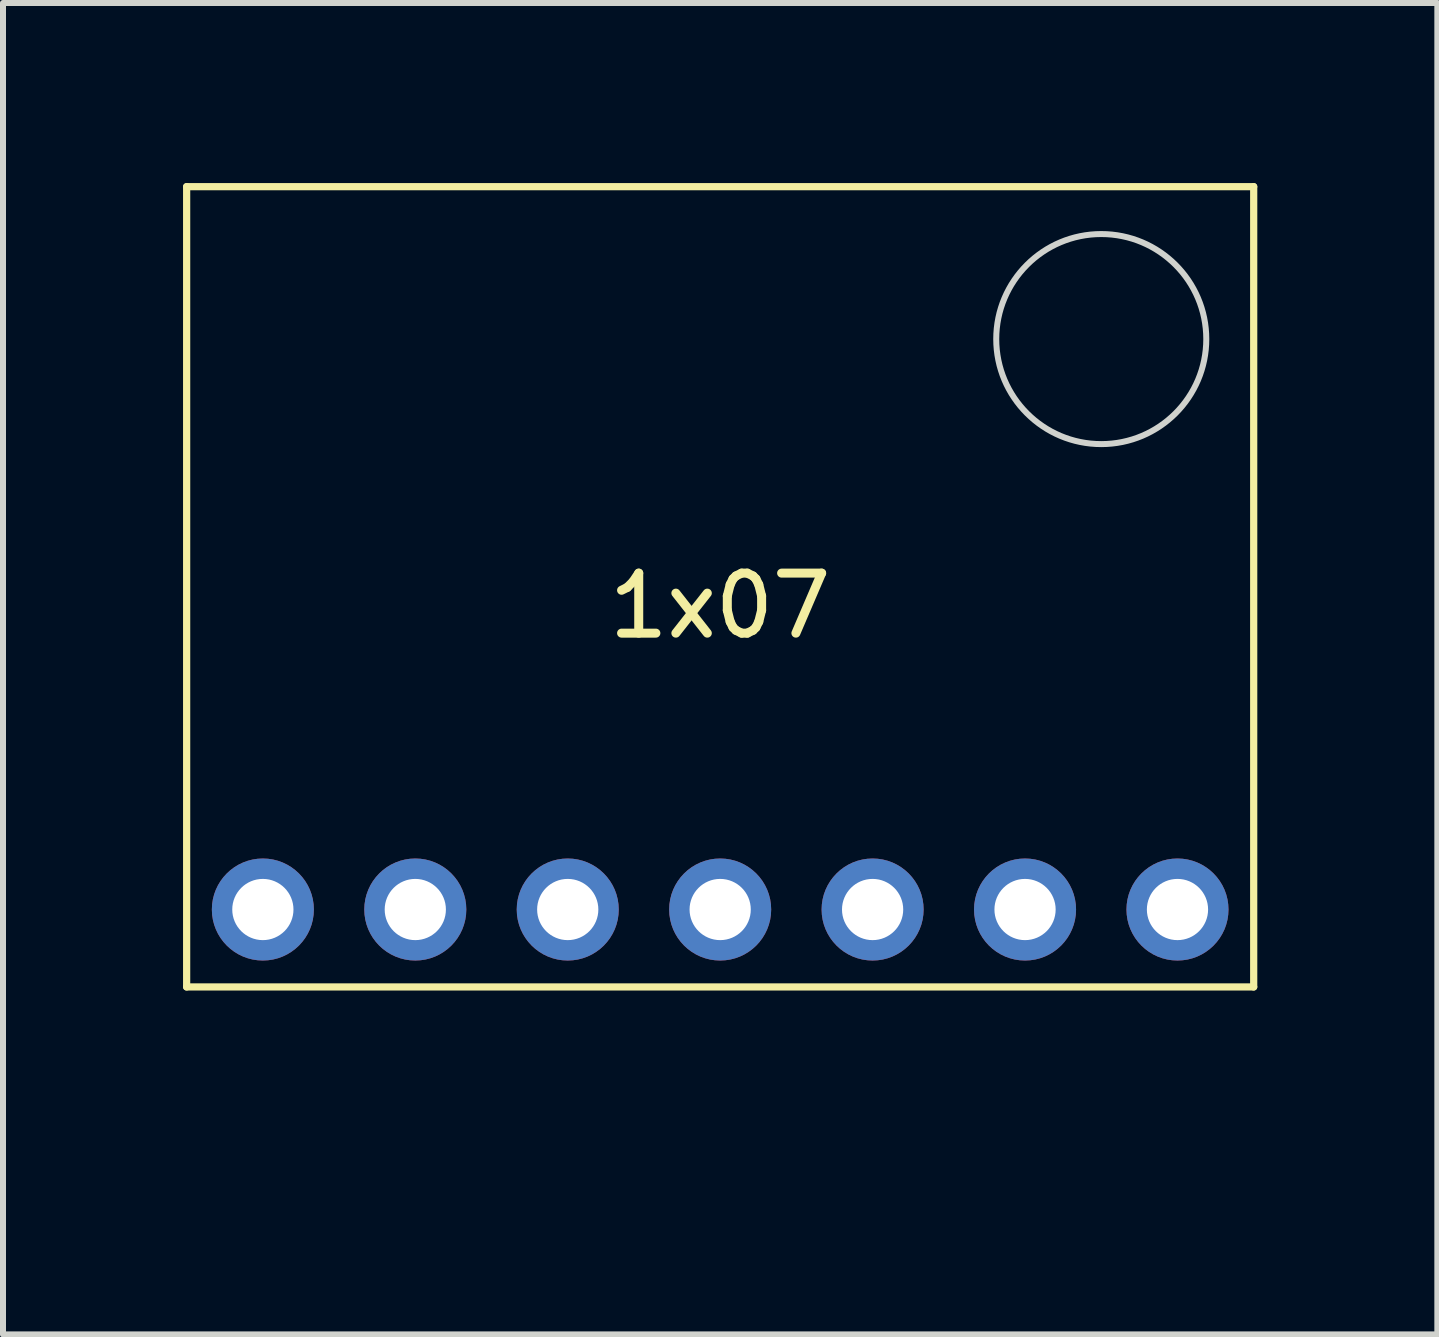
<source format=kicad_pcb>
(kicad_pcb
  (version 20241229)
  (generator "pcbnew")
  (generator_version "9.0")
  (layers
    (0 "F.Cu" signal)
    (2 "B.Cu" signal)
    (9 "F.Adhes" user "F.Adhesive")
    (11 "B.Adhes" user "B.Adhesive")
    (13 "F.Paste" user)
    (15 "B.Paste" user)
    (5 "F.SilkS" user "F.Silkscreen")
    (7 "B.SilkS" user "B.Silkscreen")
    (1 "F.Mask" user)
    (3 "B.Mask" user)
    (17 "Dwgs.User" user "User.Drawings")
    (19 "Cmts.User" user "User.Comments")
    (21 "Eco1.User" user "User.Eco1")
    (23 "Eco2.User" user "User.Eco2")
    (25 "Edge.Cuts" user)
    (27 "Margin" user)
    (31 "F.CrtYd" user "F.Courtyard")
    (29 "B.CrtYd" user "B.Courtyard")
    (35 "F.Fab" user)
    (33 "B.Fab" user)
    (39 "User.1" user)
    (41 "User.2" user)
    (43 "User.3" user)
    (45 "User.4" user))
  (footprint "1x07"
    (layer "F.Cu")
    (at 8.95 15.935)
    (property "Reference" "1x07" (at 0 -8.89 0) (layer "F.SilkS") (effects (font (size 1 1) (thickness 0.15))))
    (attr through_hole)
    (fp_line (start -8.89 -15.875) (end -8.89 -2.54) (stroke (width 0.12) (type solid)) (layer "F.SilkS"))
    (fp_line (start -8.89 -2.54) (end 8.89 -2.54) (stroke (width 0.12) (type solid)) (layer "F.SilkS"))
    (fp_line (start 8.89 -15.875) (end -8.89 -15.875) (stroke (width 0.12) (type solid)) (layer "F.SilkS"))
    (fp_line (start 8.89 -2.54) (end 8.89 -15.875) (stroke (width 0.12) (type solid)) (layer "F.SilkS"))
    (fp_circle (center 6.35 -13.335) (end 8.1 -13.335) (stroke (width 0.1) (type default)) (fill no) (layer "Edge.Cuts"))
    (pad "1" thru_hole circle (at -7.62 -3.83 270) (size 1.7 1.7) (drill 1.02) (layers "*.Cu" "*.Mask"))
    (pad "2" thru_hole circle (at -5.08 -3.83 270) (size 1.7 1.7) (drill 1.02) (layers "*.Cu" "*.Mask"))
    (pad "3" thru_hole circle (at -2.54 -3.83 270) (size 1.7 1.7) (drill 1.02) (layers "*.Cu" "*.Mask"))
    (pad "4" thru_hole circle (at 0 -3.83 270) (size 1.7 1.7) (drill 1.02) (layers "*.Cu" "*.Mask"))
    (pad "5" thru_hole circle (at 2.54 -3.83 270) (size 1.7 1.7) (drill 1.02) (layers "*.Cu" "*.Mask"))
    (pad "6" thru_hole circle (at 5.08 -3.83 270) (size 1.7 1.7) (drill 1.02) (layers "*.Cu" "*.Mask"))
    (pad "7" thru_hole circle (at 7.62 -3.83 270) (size 1.7 1.7) (drill 1.02) (layers "*.Cu" "*.Mask")))
  (gr_rect
    (start -3 -3)
    (end 20.9 19.185)
    (stroke (width 0.1) (type default))
    (fill no)
    (layer "Edge.Cuts")))
</source>
